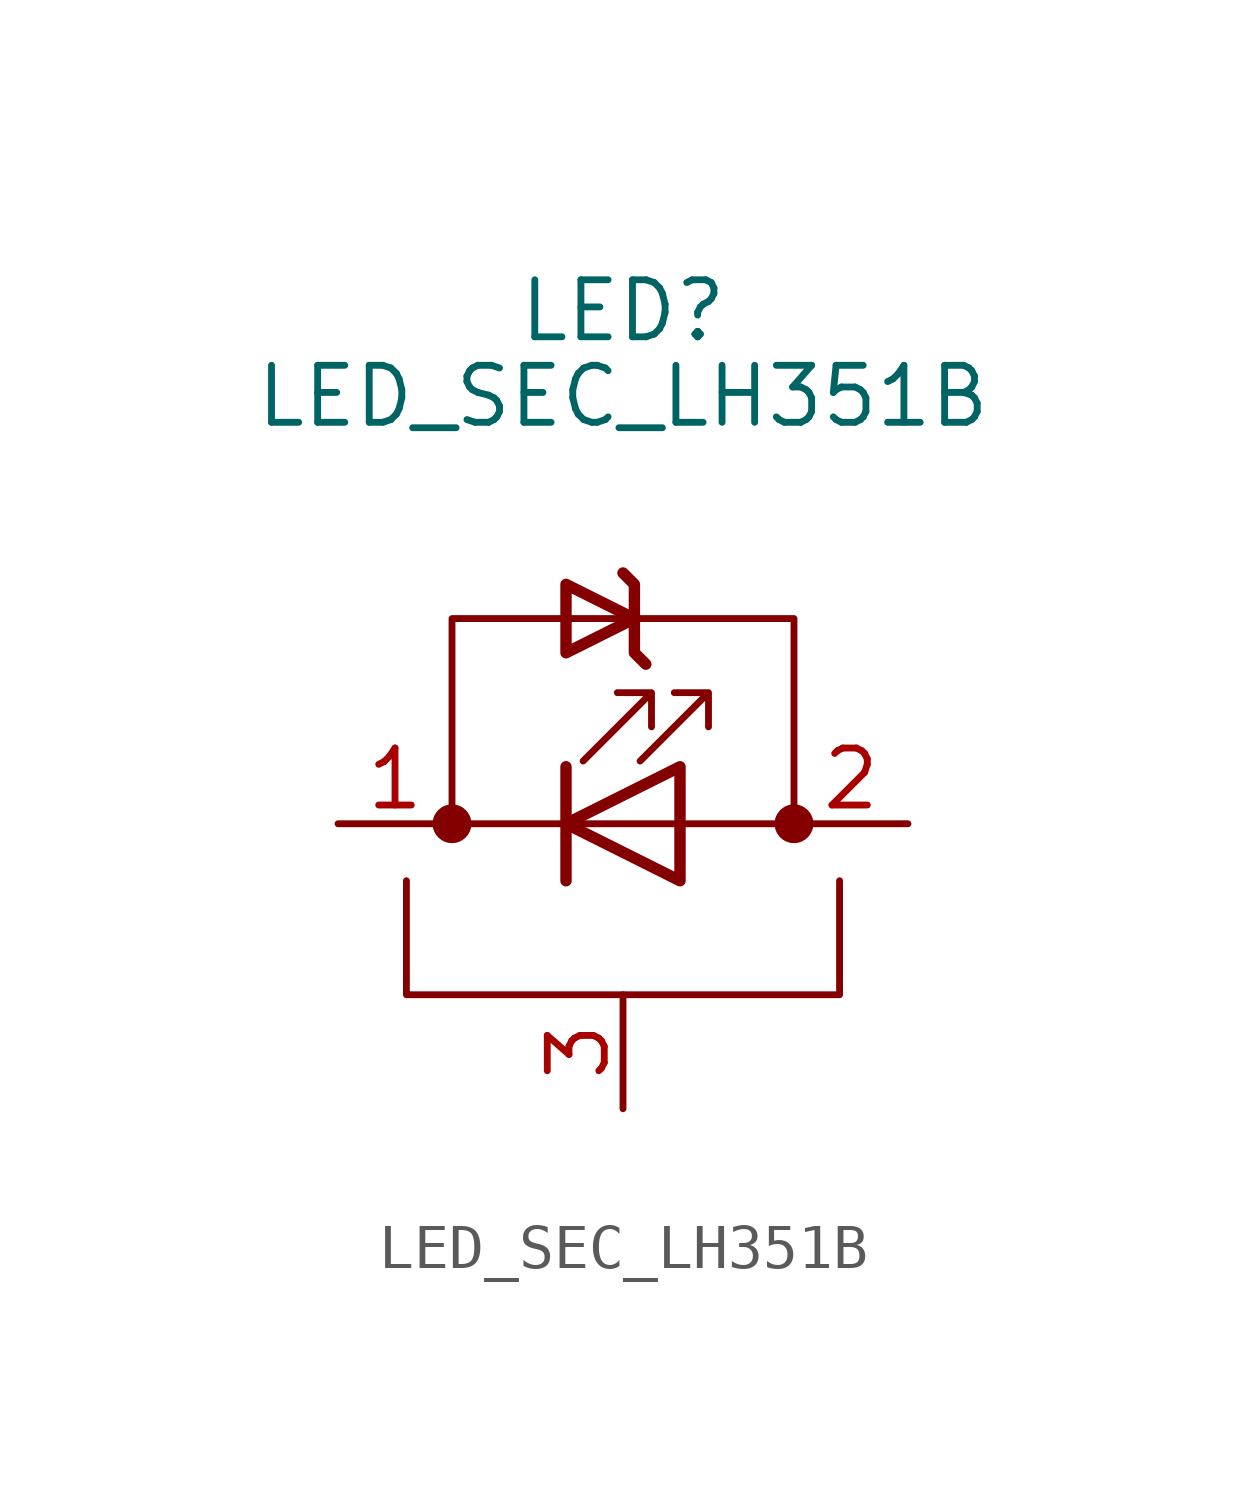
<source format=kicad_sym>
(kicad_symbol_lib
  (version 20241209)
  (generator "kicad_symbol_editor")
  (generator_version "9.0")
  (symbol "LED_SEC_LH351B"
    (pin_names
      (offset 1.016)
      (hide yes))
    (property "Reference" "LED"
      (at 0 11.43 0)
      (effects (font (size 1.27 1.27))))
    (property "Value" "LED_SEC_LH351B"
      (at 0 9.525 0)
      (effects (font (size 1.27 1.27))))
    (symbol "LED_SEC_LH351B_0_1"
      (polyline (pts (xy -4.826 -1.27) (xy -4.826 -3.81) (xy 4.826 -3.81) (xy 4.826 -1.27)) (stroke (width 0) (type default)) (fill (type none)))
      (circle (center -3.81 0) (radius 0.356) (stroke (width 0) (type default)) (fill (type outline)))
      (polyline (pts (xy -3.81 0) (xy -3.81 4.572) (xy 3.81 4.572) (xy 3.81 0)) (stroke (width 0) (type default)) (fill (type none)))
      (polyline (pts (xy -1.27 3.81) (xy -1.27 5.334) (xy 0.254 4.572) (xy -1.27 3.81) (xy -1.27 4.064)) (stroke (width 0.254) (type default)) (fill (type none)))
      (polyline (pts (xy -1.27 -1.27) (xy -1.27 1.27)) (stroke (width 0.254) (type default)) (fill (type none)))
      (polyline (pts (xy -0.889 1.397) (xy 0.635 2.921) (xy -0.127 2.921) (xy 0.635 2.921) (xy 0.635 2.159)) (stroke (width 0) (type default)) (fill (type none)))
      (polyline (pts (xy 0.381 1.397) (xy 1.905 2.921) (xy 1.143 2.921) (xy 1.905 2.921) (xy 1.905 2.159)) (stroke (width 0) (type default)) (fill (type none)))
      (polyline (pts (xy 0.508 3.556) (xy 0.254 3.81) (xy 0.254 5.334) (xy 0 5.588)) (stroke (width 0.254) (type default)) (fill (type none)))
      (polyline (pts (xy 1.27 -1.27) (xy 1.27 1.27) (xy -1.27 0) (xy 1.27 -1.27)) (stroke (width 0.254) (type default)) (fill (type none)))
      (polyline (pts (xy 3.81 0) (xy -3.81 0)) (stroke (width 0) (type default)) (fill (type none)))
      (circle (center 3.81 0) (radius 0.356) (stroke (width 0) (type default)) (fill (type outline))))
    (symbol "LED_SEC_LH351B_1_1"
      (pin passive line (at -6.35 0 0) (length 2.54) (name "K" (effects (font (size 1.27 1.27)))) (number "1" (effects (font (size 1.27 1.27)))))
      (pin passive line (at 0 -6.35 90) (length 2.54) (name "PAD" (effects (font (size 1.27 1.27)))) (number "3" (effects (font (size 1.27 1.27)))))
      (pin passive line (at 6.35 0 180) (length 2.54) (name "A" (effects (font (size 1.27 1.27)))) (number "2" (effects (font (size 1.27 1.27))))))))
</source>
